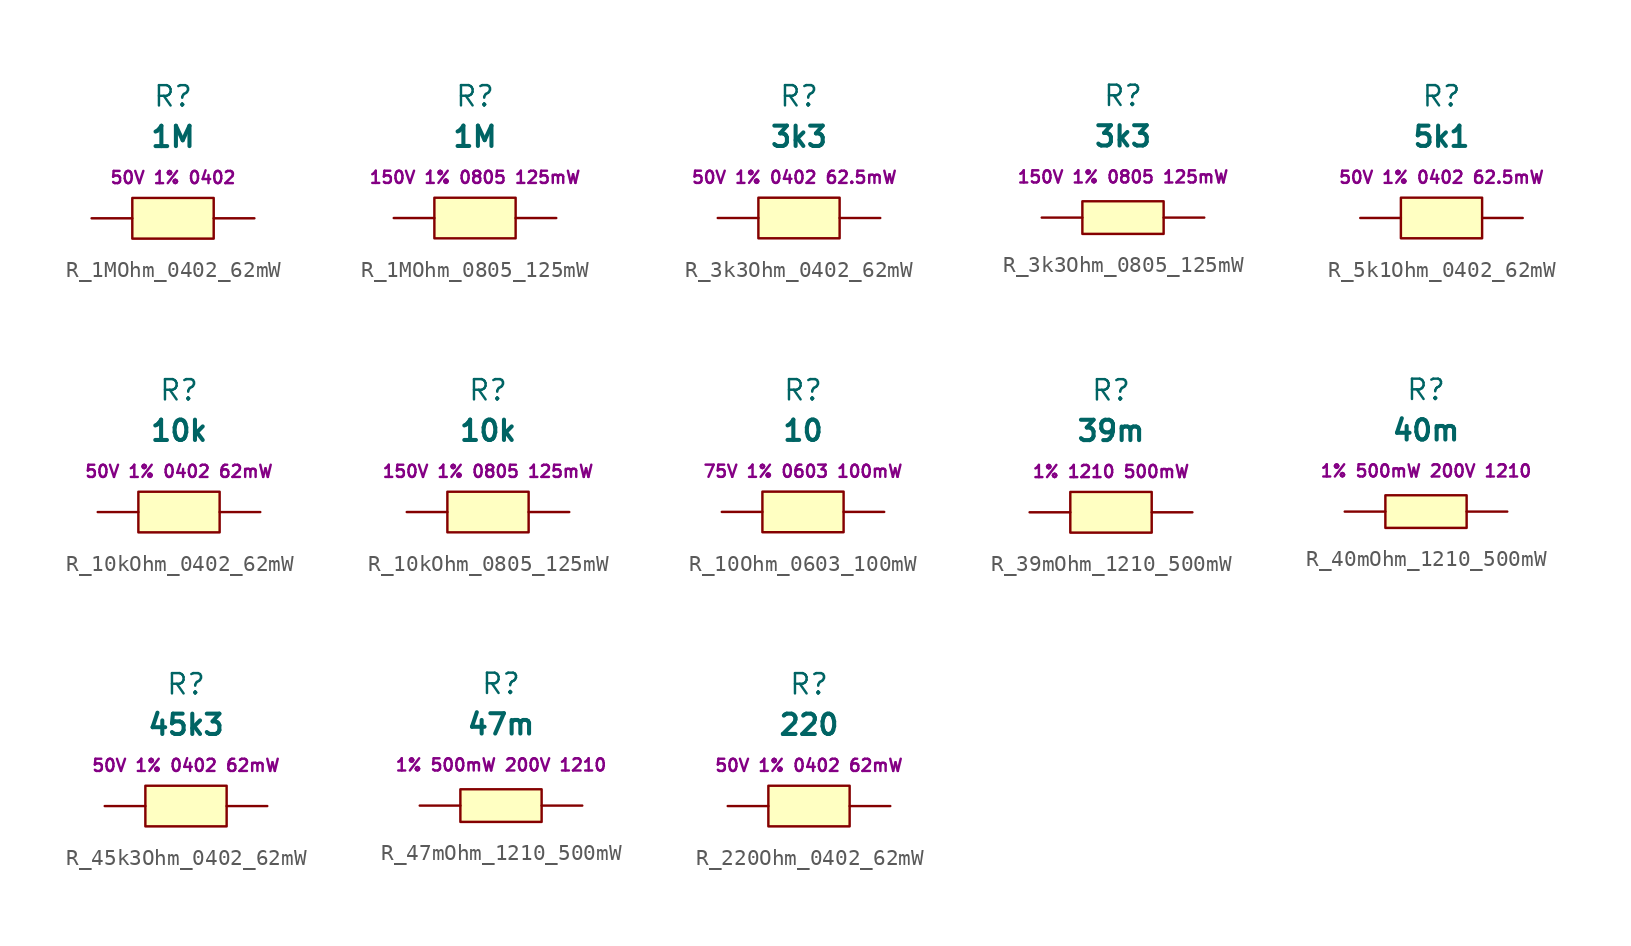
<source format=kicad_sym>
(kicad_symbol_lib
  (version 20231120)
  (generator "kicad_symbol_editor")
  (generator_version "8.0")
  (symbol "R_1MOhm_0402_62mW"
    (pin_numbers hide)
    (pin_names hide)
    (property "Reference" "R"
      (at 0 7.62 0)
      (effects (font (size 1.27 1.27))))
    (property "Value" "1M"
      (at 0 5.08 0)
      (effects (font (size 1.27 1.27) (bold yes))))
    (property "Extra Values" "50V 1% 0402"
      (at 0 2.54 0)
      (effects (font (size 0.762 0.762) (bold yes))))
    (symbol "R_1MOhm_0402_62mW_0_1"
      (rectangle (start -2.54 1.27) (end 2.54 -1.27) (stroke (width 0) (type default)) (fill (type background))))
    (symbol "R_1MOhm_0402_62mW_1_1"
      (pin passive line (at -5.08 0 0) (length 2.54) (name "1" (effects (font (size 1.27 1.27)))) (number "1" (effects (font (size 1.27 1.27)))))
      (pin passive line (at 5.08 0 180) (length 2.54) (name "2" (effects (font (size 1.27 1.27)))) (number "2" (effects (font (size 1.27 1.27)))))))
  (symbol "R_1MOhm_0805_125mW"
    (pin_numbers hide)
    (pin_names hide)
    (property "Reference" "R"
      (at 0 7.62 0)
      (effects (font (size 1.27 1.27))))
    (property "Value" "1M"
      (at 0 5.08 0)
      (effects (font (size 1.27 1.27) (bold yes))))
    (property "Extra Values" "150V 1% 0805 125mW"
      (at 0 2.54 0)
      (effects (font (size 0.762 0.762) (bold yes))))
    (symbol "R_1MOhm_0805_125mW_0_1"
      (rectangle (start -2.54 1.27) (end 2.54 -1.27) (stroke (width 0) (type default)) (fill (type background))))
    (symbol "R_1MOhm_0805_125mW_1_1"
      (pin passive line (at -5.08 0 0) (length 2.54) (name "1" (effects (font (size 1.27 1.27)))) (number "1" (effects (font (size 1.27 1.27)))))
      (pin passive line (at 5.08 0 180) (length 2.54) (name "2" (effects (font (size 1.27 1.27)))) (number "2" (effects (font (size 1.27 1.27)))))))
  (symbol "R_3k3Ohm_0402_62mW"
    (pin_numbers hide)
    (pin_names hide)
    (property "Reference" "R"
      (at 0 7.62 0)
      (effects (font (size 1.27 1.27))))
    (property "Value" "3k3"
      (at 0 5.08 0)
      (effects (font (size 1.27 1.27) (bold yes))))
    (property "Extra Values" "50V 1% 0402 62.5mW "
      (at 0 2.54 0)
      (effects (font (size 0.762 0.762) (bold yes))))
    (symbol "R_3k3Ohm_0402_62mW_0_1"
      (rectangle (start -2.54 1.27) (end 2.54 -1.27) (stroke (width 0) (type default)) (fill (type background))))
    (symbol "R_3k3Ohm_0402_62mW_1_1"
      (pin passive line (at -5.08 0 0) (length 2.54) (name "1" (effects (font (size 1.27 1.27)))) (number "1" (effects (font (size 1.27 1.27)))))
      (pin passive line (at 5.08 0 180) (length 2.54) (name "2" (effects (font (size 1.27 1.27)))) (number "2" (effects (font (size 1.27 1.27)))))))
  (symbol "R_3k3Ohm_0805_125mW"
    (pin_numbers hide)
    (pin_names hide)
    (property "Reference" "R"
      (at 0 7.62 0)
      (effects (font (size 1.27 1.27))))
    (property "Value" "3k3"
      (at 0 5.08 0)
      (effects (font (size 1.27 1.27) (bold yes))))
    (property "Extra Values" "150V 1% 0805 125mW"
      (at 0 2.54 0)
      (effects (font (size 0.762 0.762) (bold yes))))
    (symbol "R_3k3Ohm_0805_125mW_0_1"
      (rectangle (start -2.54 1.02) (end 2.54 -1.02) (stroke (width 0) (type default)) (fill (type background))))
    (symbol "R_3k3Ohm_0805_125mW_1_1"
      (pin passive line (at -5.08 0 0) (length 2.54) (name "1" (effects (font (size 1.27 1.27)))) (number "1" (effects (font (size 1.27 1.27)))))
      (pin passive line (at 5.08 0 180) (length 2.54) (name "2" (effects (font (size 1.27 1.27)))) (number "2" (effects (font (size 1.27 1.27)))))))
  (symbol "R_5k1Ohm_0402_62mW"
    (pin_numbers hide)
    (pin_names hide)
    (property "Reference" "R"
      (at 0 7.62 0)
      (effects (font (size 1.27 1.27))))
    (property "Value" "5k1"
      (at 0 5.08 0)
      (effects (font (size 1.27 1.27) (bold yes))))
    (property "Extra Values" "50V 1% 0402 62.5mW"
      (at 0 2.54 0)
      (effects (font (size 0.762 0.762) (bold yes))))
    (symbol "R_5k1Ohm_0402_62mW_0_1"
      (rectangle (start -2.54 1.27) (end 2.54 -1.27) (stroke (width 0) (type default)) (fill (type background))))
    (symbol "R_5k1Ohm_0402_62mW_1_1"
      (pin passive line (at -5.08 0 0) (length 2.54) (name "1" (effects (font (size 1.27 1.27)))) (number "1" (effects (font (size 1.27 1.27)))))
      (pin passive line (at 5.08 0 180) (length 2.54) (name "2" (effects (font (size 1.27 1.27)))) (number "2" (effects (font (size 1.27 1.27)))))))
  (symbol "R_10kOhm_0402_62mW"
    (pin_numbers hide)
    (pin_names hide)
    (property "Reference" "R"
      (at 0 7.62 0)
      (effects (font (size 1.27 1.27))))
    (property "Value" "10k"
      (at 0 5.08 0)
      (effects (font (size 1.27 1.27) (bold yes))))
    (property "Extra Values" "50V 1% 0402 62mW"
      (at 0 2.54 0)
      (effects (font (size 0.762 0.762) (bold yes))))
    (symbol "R_10kOhm_0402_62mW_0_1"
      (rectangle (start -2.54 1.27) (end 2.54 -1.27) (stroke (width 0) (type default)) (fill (type background))))
    (symbol "R_10kOhm_0402_62mW_1_1"
      (pin passive line (at -5.08 0 0) (length 2.54) (name "1" (effects (font (size 1.27 1.27)))) (number "1" (effects (font (size 1.27 1.27)))))
      (pin passive line (at 5.08 0 180) (length 2.54) (name "2" (effects (font (size 1.27 1.27)))) (number "2" (effects (font (size 1.27 1.27)))))))
  (symbol "R_10kOhm_0805_125mW"
    (pin_numbers hide)
    (pin_names hide)
    (property "Reference" "R"
      (at 0 7.62 0)
      (effects (font (size 1.27 1.27))))
    (property "Value" "10k"
      (at 0 5.08 0)
      (effects (font (size 1.27 1.27) (bold yes))))
    (property "Extra Values" "150V 1% 0805 125mW"
      (at 0 2.54 0)
      (effects (font (size 0.762 0.762) (bold yes))))
    (symbol "R_10kOhm_0805_125mW_0_1"
      (rectangle (start -2.54 1.27) (end 2.54 -1.27) (stroke (width 0) (type default)) (fill (type background))))
    (symbol "R_10kOhm_0805_125mW_1_1"
      (pin passive line (at -5.08 0 0) (length 2.54) (name "1" (effects (font (size 1.27 1.27)))) (number "1" (effects (font (size 1.27 1.27)))))
      (pin passive line (at 5.08 0 180) (length 2.54) (name "2" (effects (font (size 1.27 1.27)))) (number "2" (effects (font (size 1.27 1.27)))))))
  (symbol "R_10Ohm_0603_100mW"
    (pin_numbers hide)
    (pin_names hide)
    (property "Reference" "R"
      (at 0 7.62 0)
      (effects (font (size 1.27 1.27))))
    (property "Value" "10"
      (at 0 5.08 0)
      (effects (font (size 1.27 1.27) (bold yes))))
    (property "Extra Values" "75V 1% 0603 100mW"
      (at 0 2.54 0)
      (effects (font (size 0.762 0.762) (bold yes))))
    (symbol "R_10Ohm_0603_100mW_0_1"
      (rectangle (start -2.54 1.27) (end 2.54 -1.27) (stroke (width 0) (type default)) (fill (type background))))
    (symbol "R_10Ohm_0603_100mW_1_1"
      (pin passive line (at -5.08 0 0) (length 2.54) (name "1" (effects (font (size 1.27 1.27)))) (number "1" (effects (font (size 1.27 1.27)))))
      (pin passive line (at 5.08 0 180) (length 2.54) (name "2" (effects (font (size 1.27 1.27)))) (number "2" (effects (font (size 1.27 1.27)))))))
  (symbol "R_39mOhm_1210_500mW"
    (pin_numbers hide)
    (pin_names hide)
    (property "Reference" "R"
      (at 0 7.62 0)
      (effects (font (size 1.27 1.27))))
    (property "Value" "39m"
      (at 0 5.08 0)
      (effects (font (size 1.27 1.27) (bold yes))))
    (property "Extra Value" "1% 1210 500mW"
      (at 0 2.54 0)
      (effects (font (size 0.762 0.762))))
    (symbol "R_39mOhm_1210_500mW_0_1"
      (rectangle (start -2.54 1.27) (end 2.54 -1.27) (stroke (width 0) (type default)) (fill (type background))))
    (symbol "R_39mOhm_1210_500mW_1_1"
      (pin passive line (at -5.08 0 0) (length 2.54) (name "1" (effects (font (size 1.27 1.27)))) (number "1" (effects (font (size 1.27 1.27)))))
      (pin passive line (at 5.08 0 180) (length 2.54) (name "2" (effects (font (size 1.27 1.27)))) (number "2" (effects (font (size 1.27 1.27)))))))
  (symbol "R_40mOhm_1210_500mW"
    (pin_numbers hide)
    (pin_names hide)
    (property "Reference" "R"
      (at 0 7.62 0)
      (effects (font (size 1.27 1.27))))
    (property "Value" "40m"
      (at 0 5.08 0)
      (effects (font (size 1.27 1.27) (bold yes))))
    (property "Extra Values" "1% 500mW 200V 1210"
      (at 0 2.54 0)
      (effects (font (size 0.762 0.762) (bold yes))))
    (symbol "R_40mOhm_1210_500mW_0_1"
      (rectangle (start -2.54 1.02) (end 2.54 -1.02) (stroke (width 0) (type default)) (fill (type background))))
    (symbol "R_40mOhm_1210_500mW_1_1"
      (pin passive line (at -5.08 0 0) (length 2.54) (name "1" (effects (font (size 1.27 1.27)))) (number "1" (effects (font (size 1.27 1.27)))))
      (pin passive line (at 5.08 0 180) (length 2.54) (name "2" (effects (font (size 1.27 1.27)))) (number "2" (effects (font (size 1.27 1.27)))))))
  (symbol "R_45k3Ohm_0402_62mW"
    (pin_numbers hide)
    (pin_names hide)
    (property "Reference" "R"
      (at 0 7.62 0)
      (effects (font (size 1.27 1.27))))
    (property "Value" "45k3"
      (at 0 5.08 0)
      (effects (font (size 1.27 1.27) (bold yes))))
    (property "Extra Values" "50V 1% 0402 62mW"
      (at 0 2.54 0)
      (effects (font (size 0.762 0.762) (bold yes))))
    (symbol "R_45k3Ohm_0402_62mW_0_1"
      (rectangle (start -2.54 1.27) (end 2.54 -1.27) (stroke (width 0) (type default)) (fill (type background))))
    (symbol "R_45k3Ohm_0402_62mW_1_1"
      (pin passive line (at -5.08 0 0) (length 2.54) (name "1" (effects (font (size 1.27 1.27)))) (number "1" (effects (font (size 1.27 1.27)))))
      (pin passive line (at 5.08 0 180) (length 2.54) (name "2" (effects (font (size 1.27 1.27)))) (number "2" (effects (font (size 1.27 1.27)))))))
  (symbol "R_47mOhm_1210_500mW"
    (pin_numbers hide)
    (pin_names hide)
    (property "Reference" "R"
      (at 0 7.62 0)
      (effects (font (size 1.27 1.27))))
    (property "Value" "47m"
      (at 0 5.08 0)
      (effects (font (size 1.27 1.27) (bold yes))))
    (property "Extra Values" "1% 500mW 200V 1210"
      (at 0 2.54 0)
      (effects (font (size 0.762 0.762) (bold yes))))
    (symbol "R_47mOhm_1210_500mW_0_1"
      (rectangle (start -2.54 1.02) (end 2.54 -1.02) (stroke (width 0) (type default)) (fill (type background))))
    (symbol "R_47mOhm_1210_500mW_1_1"
      (pin passive line (at -5.08 0 0) (length 2.54) (name "1" (effects (font (size 1.27 1.27)))) (number "1" (effects (font (size 1.27 1.27)))))
      (pin passive line (at 5.08 0 180) (length 2.54) (name "2" (effects (font (size 1.27 1.27)))) (number "2" (effects (font (size 1.27 1.27)))))))
  (symbol "R_220Ohm_0402_62mW"
    (pin_numbers hide)
    (pin_names hide)
    (property "Reference" "R"
      (at 0 7.62 0)
      (effects (font (size 1.27 1.27))))
    (property "Value" "220"
      (at 0 5.08 0)
      (effects (font (size 1.27 1.27) (bold yes))))
    (property "Extra Values" "50V 1% 0402 62mW"
      (at 0 2.54 0)
      (effects (font (size 0.762 0.762) (bold yes))))
    (symbol "R_220Ohm_0402_62mW_0_1"
      (rectangle (start -2.54 1.27) (end 2.54 -1.27) (stroke (width 0) (type default)) (fill (type background))))
    (symbol "R_220Ohm_0402_62mW_1_1"
      (pin passive line (at -5.08 0 0) (length 2.54) (name "1" (effects (font (size 1.27 1.27)))) (number "1" (effects (font (size 1.27 1.27)))))
      (pin passive line (at 5.08 0 180) (length 2.54) (name "2" (effects (font (size 1.27 1.27)))) (number "2" (effects (font (size 1.27 1.27))))))))
</source>
